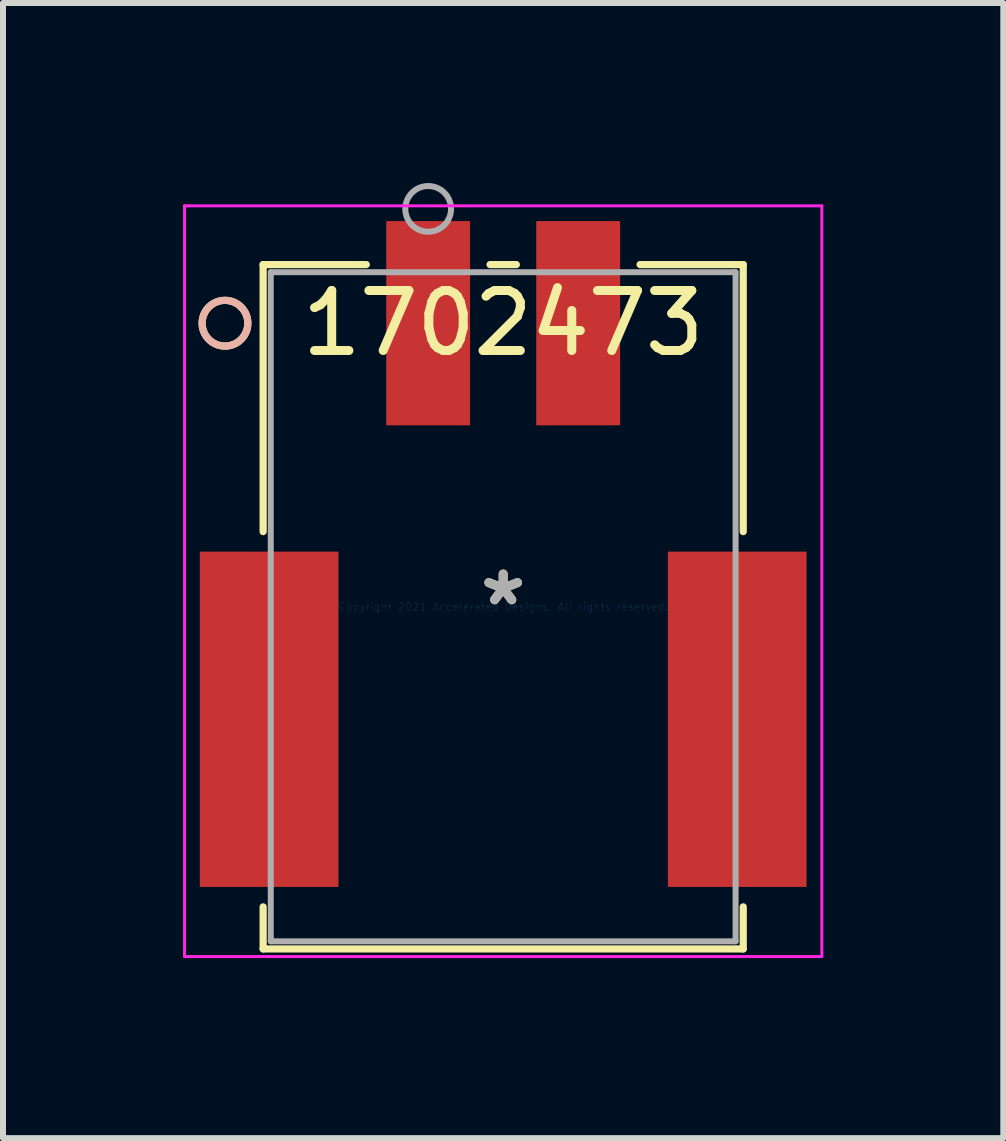
<source format=kicad_pcb>
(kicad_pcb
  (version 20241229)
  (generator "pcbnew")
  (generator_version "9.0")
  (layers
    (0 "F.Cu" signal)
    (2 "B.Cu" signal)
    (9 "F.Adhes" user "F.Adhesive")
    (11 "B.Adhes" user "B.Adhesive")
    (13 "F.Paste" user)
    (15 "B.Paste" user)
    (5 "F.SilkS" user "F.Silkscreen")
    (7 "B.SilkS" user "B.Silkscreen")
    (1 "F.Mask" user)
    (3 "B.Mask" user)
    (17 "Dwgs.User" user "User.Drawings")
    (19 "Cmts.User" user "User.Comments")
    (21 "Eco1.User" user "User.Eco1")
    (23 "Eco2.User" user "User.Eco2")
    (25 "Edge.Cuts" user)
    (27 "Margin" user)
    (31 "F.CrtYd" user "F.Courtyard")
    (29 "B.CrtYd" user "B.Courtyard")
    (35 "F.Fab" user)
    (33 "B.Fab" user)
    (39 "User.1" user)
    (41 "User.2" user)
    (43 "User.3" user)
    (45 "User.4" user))
  (footprint "1702473"
    (layer "F.Cu")
    (at 5.335 7.061)
    (property "Reference" "1702473" (at 0 -4.725 0) (layer "F.SilkS") (effects (font (size 1 1) (thickness 0.15))))
    (attr through_hole)
    (fp_line (start -4 -5.702) (end -4 -1.252) (stroke (width 0.12) (type solid)) (layer "F.SilkS"))
    (fp_line (start -4 5.001) (end -4 5.702) (stroke (width 0.12) (type solid)) (layer "F.SilkS"))
    (fp_line (start -4 5.702) (end 4 5.702) (stroke (width 0.12) (type solid)) (layer "F.SilkS"))
    (fp_line (start -2.281 -5.702) (end -4 -5.702) (stroke (width 0.12) (type solid)) (layer "F.SilkS"))
    (fp_line (start 0.219 -5.702) (end -0.219 -5.702) (stroke (width 0.12) (type solid)) (layer "F.SilkS"))
    (fp_line (start 4 -5.702) (end 2.281 -5.702) (stroke (width 0.12) (type solid)) (layer "F.SilkS"))
    (fp_line (start 4 -1.252) (end 4 -5.702) (stroke (width 0.12) (type solid)) (layer "F.SilkS"))
    (fp_line (start 4 5.702) (end 4 5.001) (stroke (width 0.12) (type solid)) (layer "F.SilkS"))
    (fp_circle (center -4.636 -4.725) (end -4.255 -4.725) (stroke (width 0.12) (type solid)) (fill no) (layer "F.SilkS"))
    (fp_circle (center -4.636 -4.725) (end -4.255 -4.725) (stroke (width 0.12) (type solid)) (fill no) (layer "B.SilkS"))
    (fp_line (start -5.31 -6.681) (end -5.31 5.829) (stroke (width 0.05) (type solid)) (layer "F.CrtYd"))
    (fp_line (start -5.31 5.829) (end 5.31 5.829) (stroke (width 0.05) (type solid)) (layer "F.CrtYd"))
    (fp_line (start 5.31 -6.681) (end -5.31 -6.681) (stroke (width 0.05) (type solid)) (layer "F.CrtYd"))
    (fp_line (start 5.31 5.829) (end 5.31 -6.681) (stroke (width 0.05) (type solid)) (layer "F.CrtYd"))
    (fp_line (start -3.873 -5.575) (end -3.873 5.575) (stroke (width 0.1) (type solid)) (layer "F.Fab"))
    (fp_line (start -3.873 5.575) (end 3.873 5.575) (stroke (width 0.1) (type solid)) (layer "F.Fab"))
    (fp_line (start 3.873 -5.575) (end -3.873 -5.575) (stroke (width 0.1) (type solid)) (layer "F.Fab"))
    (fp_line (start 3.873 5.575) (end 3.873 -5.575) (stroke (width 0.1) (type solid)) (layer "F.Fab"))
    (fp_circle (center -1.25 -6.63) (end -0.869 -6.63) (stroke (width 0.1) (type solid)) (fill no) (layer "F.Fab"))
    (fp_text user "*" (at 0 0 0) (layer "F.SilkS") (effects (font (size 1 1) (thickness 0.15))))
    (fp_text user "Copyright 2021 Accelerated Designs. All rights reserved." (at 0 0 0) (layer "Cmts.User") (effects (font (size 0.127 0.127) (thickness 0.002))))
    (fp_text user "*" (at 0 0 0) (layer "F.Fab") (effects (font (size 1 1) (thickness 0.15))))
    (pad "1" smd rect (at -1.25 -4.725) (size 1.397 3.404) (layers "F.Cu" "F.Mask" "F.Paste"))
    (pad "2" smd rect (at 1.25 -4.725) (size 1.397 3.404) (layers "F.Cu" "F.Mask" "F.Paste"))
    (pad "3" smd rect (at -3.9 1.875) (size 2.311 5.588) (layers "F.Cu" "F.Mask" "F.Paste"))
    (pad "4" smd rect (at 3.9 1.875) (size 2.311 5.588) (layers "F.Cu" "F.Mask" "F.Paste")))
  (gr_rect
    (start -3 -3)
    (end 13.669 15.916)
    (stroke (width 0.1) (type default))
    (fill no)
    (layer "Edge.Cuts")))
</source>
